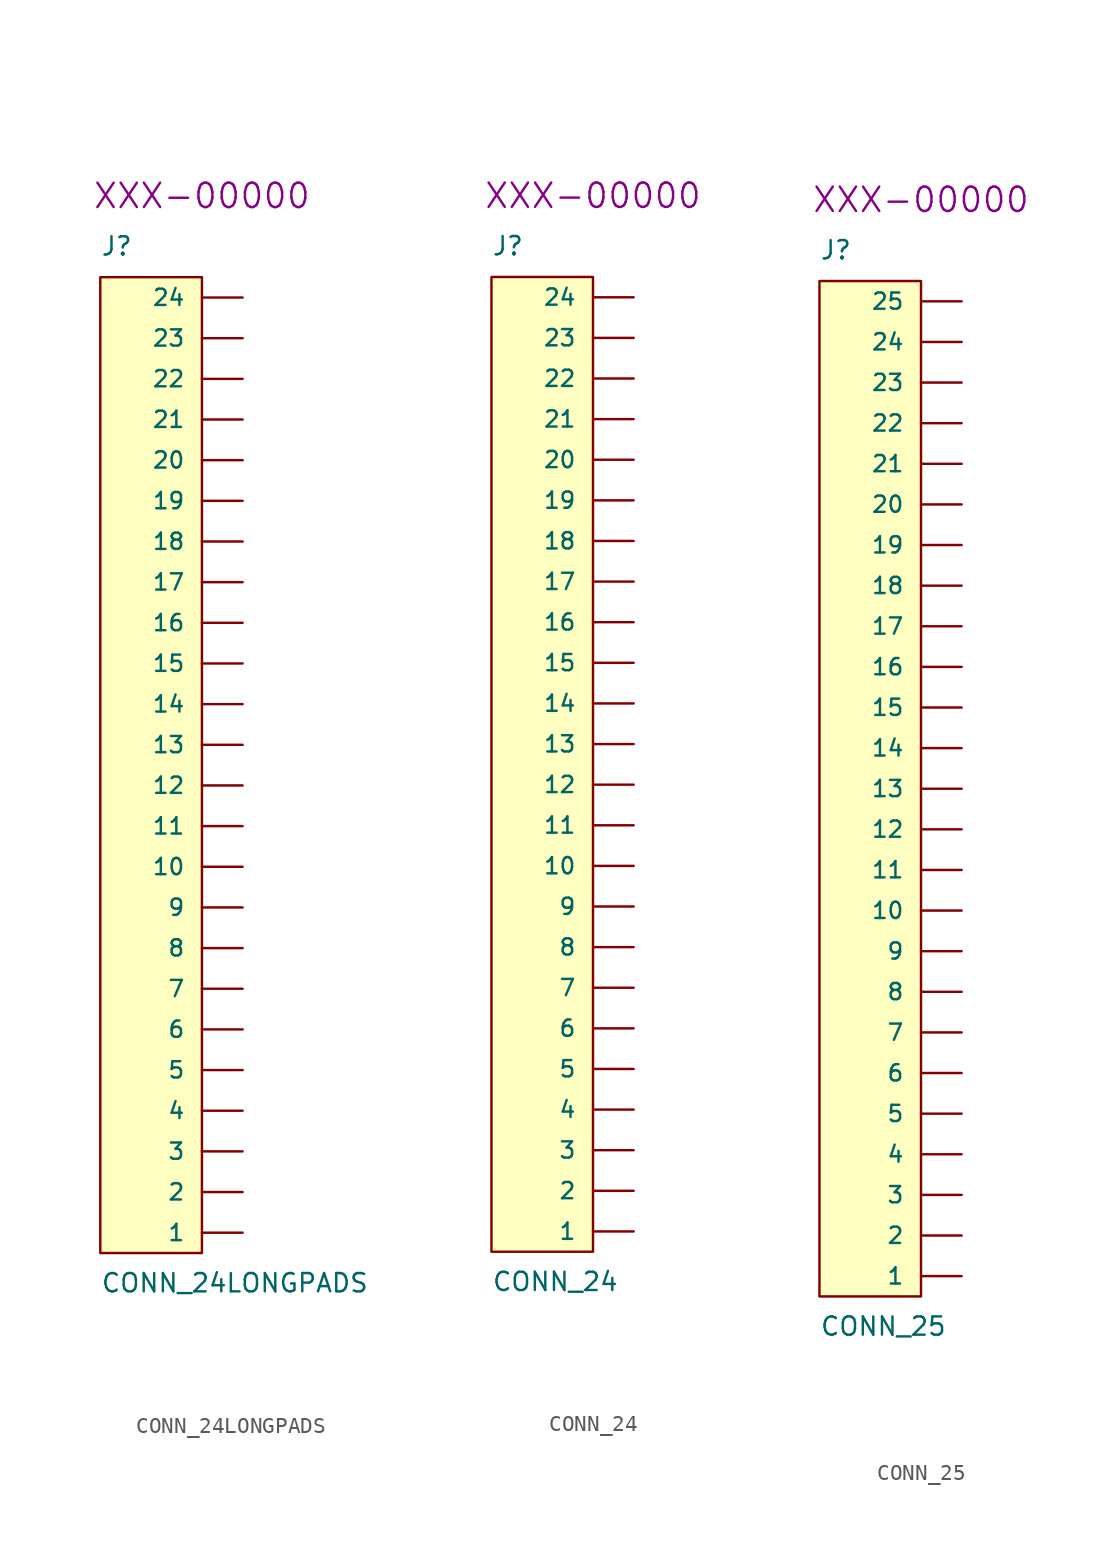
<source format=kicad_sym>
(kicad_symbol_lib
  (version 20220914)
  (generator kicad_symbol_editor)
  (symbol "CONN_24LONGPADS"
    (pin_numbers hide)
    (pin_names
      (offset 1.016))
    (property "Reference" "J"
      (at -6.35 60.96 0)
      (effects (font (size 1.143 1.143)) (justify left bottom)))
    (property "Value" "CONN_24LONGPADS"
      (at -6.35 -3.81 0)
      (effects (font (size 1.143 1.143)) (justify left bottom)))
    (property "Field4" "XXX-00000"
      (at 0 64.77 0)
      (effects (font (size 1.524 1.524))))
    (property "ki_locked" ""
      (at 0 0 0)
      (effects (font (size 1.27 1.27))))
    (symbol "CONN_24LONGPADS_0_1"
      (rectangle (start 0 -1.27) (end -6.35 59.69) (stroke (width 0) (type solid)) (fill (type background))))
    (symbol "CONN_24LONGPADS_1_1"
      (pin input line (at 2.54 0 180) (length 2.54) (name "1" (effects (font (size 1.016 1.016)))) (number "1" (effects (font (size 1.016 1.016)))))
      (pin passive line (at 2.54 22.86 180) (length 2.54) (name "10" (effects (font (size 1.016 1.016)))) (number "10" (effects (font (size 1.016 1.016)))))
      (pin passive line (at 2.54 25.4 180) (length 2.54) (name "11" (effects (font (size 1.016 1.016)))) (number "11" (effects (font (size 1.016 1.016)))))
      (pin passive line (at 2.54 27.94 180) (length 2.54) (name "12" (effects (font (size 1.016 1.016)))) (number "12" (effects (font (size 1.016 1.016)))))
      (pin passive line (at 2.54 30.48 180) (length 2.54) (name "13" (effects (font (size 1.016 1.016)))) (number "13" (effects (font (size 1.016 1.016)))))
      (pin passive line (at 2.54 33.02 180) (length 2.54) (name "14" (effects (font (size 1.016 1.016)))) (number "14" (effects (font (size 1.016 1.016)))))
      (pin passive line (at 2.54 35.56 180) (length 2.54) (name "15" (effects (font (size 1.016 1.016)))) (number "15" (effects (font (size 1.016 1.016)))))
      (pin passive line (at 2.54 38.1 180) (length 2.54) (name "16" (effects (font (size 1.016 1.016)))) (number "16" (effects (font (size 1.016 1.016)))))
      (pin passive line (at 2.54 40.64 180) (length 2.54) (name "17" (effects (font (size 1.016 1.016)))) (number "17" (effects (font (size 1.016 1.016)))))
      (pin passive line (at 2.54 43.18 180) (length 2.54) (name "18" (effects (font (size 1.016 1.016)))) (number "18" (effects (font (size 1.016 1.016)))))
      (pin passive line (at 2.54 45.72 180) (length 2.54) (name "19" (effects (font (size 1.016 1.016)))) (number "19" (effects (font (size 1.016 1.016)))))
      (pin passive line (at 2.54 2.54 180) (length 2.54) (name "2" (effects (font (size 1.016 1.016)))) (number "2" (effects (font (size 1.016 1.016)))))
      (pin passive line (at 2.54 48.26 180) (length 2.54) (name "20" (effects (font (size 1.016 1.016)))) (number "20" (effects (font (size 1.016 1.016)))))
      (pin passive line (at 2.54 50.8 180) (length 2.54) (name "21" (effects (font (size 1.016 1.016)))) (number "21" (effects (font (size 1.016 1.016)))))
      (pin passive line (at 2.54 53.34 180) (length 2.54) (name "22" (effects (font (size 1.016 1.016)))) (number "22" (effects (font (size 1.016 1.016)))))
      (pin passive line (at 2.54 55.88 180) (length 2.54) (name "23" (effects (font (size 1.016 1.016)))) (number "23" (effects (font (size 1.016 1.016)))))
      (pin passive line (at 2.54 58.42 180) (length 2.54) (name "24" (effects (font (size 1.016 1.016)))) (number "24" (effects (font (size 1.016 1.016)))))
      (pin passive line (at 2.54 5.08 180) (length 2.54) (name "3" (effects (font (size 1.016 1.016)))) (number "3" (effects (font (size 1.016 1.016)))))
      (pin passive line (at 2.54 7.62 180) (length 2.54) (name "4" (effects (font (size 1.016 1.016)))) (number "4" (effects (font (size 1.016 1.016)))))
      (pin passive line (at 2.54 10.16 180) (length 2.54) (name "5" (effects (font (size 1.016 1.016)))) (number "5" (effects (font (size 1.016 1.016)))))
      (pin passive line (at 2.54 12.7 180) (length 2.54) (name "6" (effects (font (size 1.016 1.016)))) (number "6" (effects (font (size 1.016 1.016)))))
      (pin passive line (at 2.54 15.24 180) (length 2.54) (name "7" (effects (font (size 1.016 1.016)))) (number "7" (effects (font (size 1.016 1.016)))))
      (pin passive line (at 2.54 17.78 180) (length 2.54) (name "8" (effects (font (size 1.016 1.016)))) (number "8" (effects (font (size 1.016 1.016)))))
      (pin passive line (at 2.54 20.32 180) (length 2.54) (name "9" (effects (font (size 1.016 1.016)))) (number "9" (effects (font (size 1.016 1.016)))))))
  (symbol "CONN_24"
    (pin_numbers hide)
    (pin_names
      (offset 1.016))
    (property "Reference" "J"
      (at -6.35 60.96 0)
      (effects (font (size 1.143 1.143)) (justify left bottom)))
    (property "Value" "CONN_24"
      (at -6.35 -3.81 0)
      (effects (font (size 1.143 1.143)) (justify left bottom)))
    (property "Field4" "XXX-00000"
      (at 0 64.77 0)
      (effects (font (size 1.524 1.524))))
    (property "ki_locked" ""
      (at 0 0 0)
      (effects (font (size 1.27 1.27))))
    (symbol "CONN_24_0_1"
      (rectangle (start 0 -1.27) (end -6.35 59.69) (stroke (width 0) (type solid)) (fill (type background))))
    (symbol "CONN_24_1_1"
      (pin input line (at 2.54 0 180) (length 2.54) (name "1" (effects (font (size 1.016 1.016)))) (number "1" (effects (font (size 1.016 1.016)))))
      (pin passive line (at 2.54 22.86 180) (length 2.54) (name "10" (effects (font (size 1.016 1.016)))) (number "10" (effects (font (size 1.016 1.016)))))
      (pin passive line (at 2.54 25.4 180) (length 2.54) (name "11" (effects (font (size 1.016 1.016)))) (number "11" (effects (font (size 1.016 1.016)))))
      (pin passive line (at 2.54 27.94 180) (length 2.54) (name "12" (effects (font (size 1.016 1.016)))) (number "12" (effects (font (size 1.016 1.016)))))
      (pin passive line (at 2.54 30.48 180) (length 2.54) (name "13" (effects (font (size 1.016 1.016)))) (number "13" (effects (font (size 1.016 1.016)))))
      (pin passive line (at 2.54 33.02 180) (length 2.54) (name "14" (effects (font (size 1.016 1.016)))) (number "14" (effects (font (size 1.016 1.016)))))
      (pin passive line (at 2.54 35.56 180) (length 2.54) (name "15" (effects (font (size 1.016 1.016)))) (number "15" (effects (font (size 1.016 1.016)))))
      (pin passive line (at 2.54 38.1 180) (length 2.54) (name "16" (effects (font (size 1.016 1.016)))) (number "16" (effects (font (size 1.016 1.016)))))
      (pin passive line (at 2.54 40.64 180) (length 2.54) (name "17" (effects (font (size 1.016 1.016)))) (number "17" (effects (font (size 1.016 1.016)))))
      (pin passive line (at 2.54 43.18 180) (length 2.54) (name "18" (effects (font (size 1.016 1.016)))) (number "18" (effects (font (size 1.016 1.016)))))
      (pin passive line (at 2.54 45.72 180) (length 2.54) (name "19" (effects (font (size 1.016 1.016)))) (number "19" (effects (font (size 1.016 1.016)))))
      (pin passive line (at 2.54 2.54 180) (length 2.54) (name "2" (effects (font (size 1.016 1.016)))) (number "2" (effects (font (size 1.016 1.016)))))
      (pin passive line (at 2.54 48.26 180) (length 2.54) (name "20" (effects (font (size 1.016 1.016)))) (number "20" (effects (font (size 1.016 1.016)))))
      (pin passive line (at 2.54 50.8 180) (length 2.54) (name "21" (effects (font (size 1.016 1.016)))) (number "21" (effects (font (size 1.016 1.016)))))
      (pin passive line (at 2.54 53.34 180) (length 2.54) (name "22" (effects (font (size 1.016 1.016)))) (number "22" (effects (font (size 1.016 1.016)))))
      (pin passive line (at 2.54 55.88 180) (length 2.54) (name "23" (effects (font (size 1.016 1.016)))) (number "23" (effects (font (size 1.016 1.016)))))
      (pin passive line (at 2.54 58.42 180) (length 2.54) (name "24" (effects (font (size 1.016 1.016)))) (number "24" (effects (font (size 1.016 1.016)))))
      (pin passive line (at 2.54 5.08 180) (length 2.54) (name "3" (effects (font (size 1.016 1.016)))) (number "3" (effects (font (size 1.016 1.016)))))
      (pin passive line (at 2.54 7.62 180) (length 2.54) (name "4" (effects (font (size 1.016 1.016)))) (number "4" (effects (font (size 1.016 1.016)))))
      (pin passive line (at 2.54 10.16 180) (length 2.54) (name "5" (effects (font (size 1.016 1.016)))) (number "5" (effects (font (size 1.016 1.016)))))
      (pin passive line (at 2.54 12.7 180) (length 2.54) (name "6" (effects (font (size 1.016 1.016)))) (number "6" (effects (font (size 1.016 1.016)))))
      (pin passive line (at 2.54 15.24 180) (length 2.54) (name "7" (effects (font (size 1.016 1.016)))) (number "7" (effects (font (size 1.016 1.016)))))
      (pin passive line (at 2.54 17.78 180) (length 2.54) (name "8" (effects (font (size 1.016 1.016)))) (number "8" (effects (font (size 1.016 1.016)))))
      (pin passive line (at 2.54 20.32 180) (length 2.54) (name "9" (effects (font (size 1.016 1.016)))) (number "9" (effects (font (size 1.016 1.016)))))))
  (symbol "CONN_25"
    (pin_numbers hide)
    (pin_names
      (offset 1.016))
    (property "Reference" "J"
      (at -6.35 63.5 0)
      (effects (font (size 1.143 1.143)) (justify left bottom)))
    (property "Value" "CONN_25"
      (at -6.35 -3.81 0)
      (effects (font (size 1.143 1.143)) (justify left bottom)))
    (property "Field4" "XXX-00000"
      (at 0 67.31 0)
      (effects (font (size 1.524 1.524))))
    (property "ki_locked" ""
      (at 0 0 0)
      (effects (font (size 1.27 1.27))))
    (symbol "CONN_25_0_1"
      (rectangle (start 0 -1.27) (end -6.35 62.23) (stroke (width 0) (type solid)) (fill (type background))))
    (symbol "CONN_25_1_1"
      (pin passive line (at 2.54 0 180) (length 2.54) (name "1" (effects (font (size 1.016 1.016)))) (number "1" (effects (font (size 1.016 1.016)))))
      (pin passive line (at 2.54 22.86 180) (length 2.54) (name "10" (effects (font (size 1.016 1.016)))) (number "10" (effects (font (size 1.016 1.016)))))
      (pin passive line (at 2.54 25.4 180) (length 2.54) (name "11" (effects (font (size 1.016 1.016)))) (number "11" (effects (font (size 1.016 1.016)))))
      (pin passive line (at 2.54 27.94 180) (length 2.54) (name "12" (effects (font (size 1.016 1.016)))) (number "12" (effects (font (size 1.016 1.016)))))
      (pin passive line (at 2.54 30.48 180) (length 2.54) (name "13" (effects (font (size 1.016 1.016)))) (number "13" (effects (font (size 1.016 1.016)))))
      (pin passive line (at 2.54 33.02 180) (length 2.54) (name "14" (effects (font (size 1.016 1.016)))) (number "14" (effects (font (size 1.016 1.016)))))
      (pin passive line (at 2.54 35.56 180) (length 2.54) (name "15" (effects (font (size 1.016 1.016)))) (number "15" (effects (font (size 1.016 1.016)))))
      (pin passive line (at 2.54 38.1 180) (length 2.54) (name "16" (effects (font (size 1.016 1.016)))) (number "16" (effects (font (size 1.016 1.016)))))
      (pin passive line (at 2.54 40.64 180) (length 2.54) (name "17" (effects (font (size 1.016 1.016)))) (number "17" (effects (font (size 1.016 1.016)))))
      (pin passive line (at 2.54 43.18 180) (length 2.54) (name "18" (effects (font (size 1.016 1.016)))) (number "18" (effects (font (size 1.016 1.016)))))
      (pin passive line (at 2.54 45.72 180) (length 2.54) (name "19" (effects (font (size 1.016 1.016)))) (number "19" (effects (font (size 1.016 1.016)))))
      (pin passive line (at 2.54 2.54 180) (length 2.54) (name "2" (effects (font (size 1.016 1.016)))) (number "2" (effects (font (size 1.016 1.016)))))
      (pin passive line (at 2.54 48.26 180) (length 2.54) (name "20" (effects (font (size 1.016 1.016)))) (number "20" (effects (font (size 1.016 1.016)))))
      (pin passive line (at 2.54 50.8 180) (length 2.54) (name "21" (effects (font (size 1.016 1.016)))) (number "21" (effects (font (size 1.016 1.016)))))
      (pin passive line (at 2.54 53.34 180) (length 2.54) (name "22" (effects (font (size 1.016 1.016)))) (number "22" (effects (font (size 1.016 1.016)))))
      (pin passive line (at 2.54 55.88 180) (length 2.54) (name "23" (effects (font (size 1.016 1.016)))) (number "23" (effects (font (size 1.016 1.016)))))
      (pin passive line (at 2.54 58.42 180) (length 2.54) (name "24" (effects (font (size 1.016 1.016)))) (number "24" (effects (font (size 1.016 1.016)))))
      (pin passive line (at 2.54 60.96 180) (length 2.54) (name "25" (effects (font (size 1.016 1.016)))) (number "25" (effects (font (size 1.016 1.016)))))
      (pin passive line (at 2.54 5.08 180) (length 2.54) (name "3" (effects (font (size 1.016 1.016)))) (number "3" (effects (font (size 1.016 1.016)))))
      (pin passive line (at 2.54 7.62 180) (length 2.54) (name "4" (effects (font (size 1.016 1.016)))) (number "4" (effects (font (size 1.016 1.016)))))
      (pin passive line (at 2.54 10.16 180) (length 2.54) (name "5" (effects (font (size 1.016 1.016)))) (number "5" (effects (font (size 1.016 1.016)))))
      (pin passive line (at 2.54 12.7 180) (length 2.54) (name "6" (effects (font (size 1.016 1.016)))) (number "6" (effects (font (size 1.016 1.016)))))
      (pin passive line (at 2.54 15.24 180) (length 2.54) (name "7" (effects (font (size 1.016 1.016)))) (number "7" (effects (font (size 1.016 1.016)))))
      (pin passive line (at 2.54 17.78 180) (length 2.54) (name "8" (effects (font (size 1.016 1.016)))) (number "8" (effects (font (size 1.016 1.016)))))
      (pin passive line (at 2.54 20.32 180) (length 2.54) (name "9" (effects (font (size 1.016 1.016)))) (number "9" (effects (font (size 1.016 1.016))))))))
</source>
